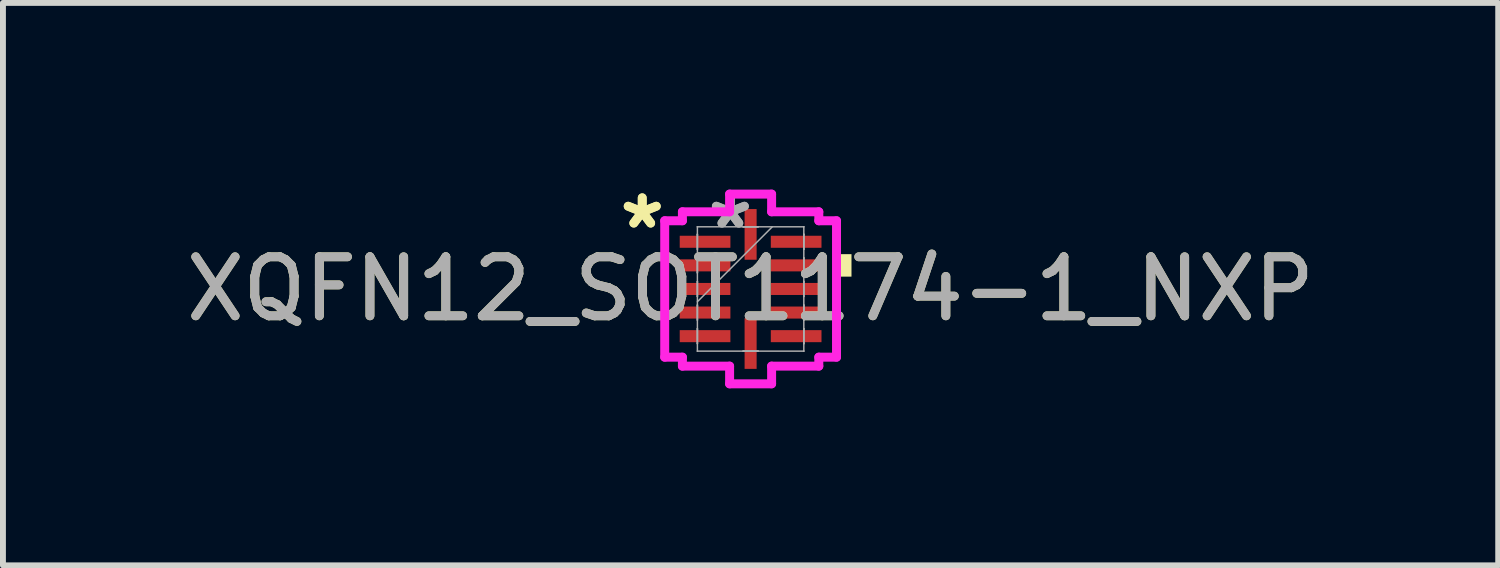
<source format=kicad_pcb>
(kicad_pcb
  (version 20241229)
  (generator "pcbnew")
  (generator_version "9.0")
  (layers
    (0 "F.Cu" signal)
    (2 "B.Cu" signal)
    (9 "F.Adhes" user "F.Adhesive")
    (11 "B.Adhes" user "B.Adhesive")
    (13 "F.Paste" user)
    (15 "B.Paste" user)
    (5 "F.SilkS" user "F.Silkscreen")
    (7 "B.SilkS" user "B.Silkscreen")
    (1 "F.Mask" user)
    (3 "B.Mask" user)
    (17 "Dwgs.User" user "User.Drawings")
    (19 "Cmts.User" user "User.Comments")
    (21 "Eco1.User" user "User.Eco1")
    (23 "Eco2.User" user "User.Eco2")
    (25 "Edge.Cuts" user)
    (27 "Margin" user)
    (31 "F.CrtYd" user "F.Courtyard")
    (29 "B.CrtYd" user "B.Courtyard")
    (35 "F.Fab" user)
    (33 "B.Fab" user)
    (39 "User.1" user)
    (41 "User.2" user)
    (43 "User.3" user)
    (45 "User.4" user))
  (footprint "XQFN12_SOT1174-1_NXP"
    (layer "F.Cu")
    (at 9.673 1.848)
    (property "Reference" "XQFN12_SOT1174-1_NXP" (at 0 0 0) (unlocked yes) (layer "F.SilkS") (effects (font (size 1 1) (thickness 0.15))))
    (attr smd)
    (fp_poly (pts (xy 1.71 -0.59) (xy 1.71 -0.209) (xy 1.456 -0.209) (xy 1.456 -0.59)) (stroke (width 0) (type solid)) (fill yes) (layer "F.SilkS"))
    (fp_line (start -1.456 -1.156) (end -1.156 -1.156) (stroke (width 0.152) (type solid)) (layer "F.CrtYd"))
    (fp_line (start -1.456 1.156) (end -1.456 -1.156) (stroke (width 0.152) (type solid)) (layer "F.CrtYd"))
    (fp_line (start -1.156 -1.308) (end -0.356 -1.308) (stroke (width 0.152) (type solid)) (layer "F.CrtYd"))
    (fp_line (start -1.156 -1.156) (end -1.156 -1.308) (stroke (width 0.152) (type solid)) (layer "F.CrtYd"))
    (fp_line (start -1.156 1.156) (end -1.456 1.156) (stroke (width 0.152) (type solid)) (layer "F.CrtYd"))
    (fp_line (start -1.156 1.308) (end -1.156 1.156) (stroke (width 0.152) (type solid)) (layer "F.CrtYd"))
    (fp_line (start -0.356 -1.608) (end 0.356 -1.608) (stroke (width 0.152) (type solid)) (layer "F.CrtYd"))
    (fp_line (start -0.356 -1.308) (end -0.356 -1.608) (stroke (width 0.152) (type solid)) (layer "F.CrtYd"))
    (fp_line (start -0.356 1.308) (end -1.156 1.308) (stroke (width 0.152) (type solid)) (layer "F.CrtYd"))
    (fp_line (start -0.356 1.608) (end -0.356 1.308) (stroke (width 0.152) (type solid)) (layer "F.CrtYd"))
    (fp_line (start 0.356 -1.608) (end 0.356 -1.308) (stroke (width 0.152) (type solid)) (layer "F.CrtYd"))
    (fp_line (start 0.356 -1.308) (end 1.156 -1.308) (stroke (width 0.152) (type solid)) (layer "F.CrtYd"))
    (fp_line (start 0.356 1.308) (end 0.356 1.608) (stroke (width 0.152) (type solid)) (layer "F.CrtYd"))
    (fp_line (start 0.356 1.608) (end -0.356 1.608) (stroke (width 0.152) (type solid)) (layer "F.CrtYd"))
    (fp_line (start 1.156 -1.308) (end 1.156 -1.156) (stroke (width 0.152) (type solid)) (layer "F.CrtYd"))
    (fp_line (start 1.156 -1.156) (end 1.456 -1.156) (stroke (width 0.152) (type solid)) (layer "F.CrtYd"))
    (fp_line (start 1.156 1.156) (end 1.156 1.308) (stroke (width 0.152) (type solid)) (layer "F.CrtYd"))
    (fp_line (start 1.156 1.308) (end 0.356 1.308) (stroke (width 0.152) (type solid)) (layer "F.CrtYd"))
    (fp_line (start 1.456 -1.156) (end 1.456 1.156) (stroke (width 0.152) (type solid)) (layer "F.CrtYd"))
    (fp_line (start 1.456 1.156) (end 1.156 1.156) (stroke (width 0.152) (type solid)) (layer "F.CrtYd"))
    (fp_line (start -0.902 -1.054) (end -0.902 -1.054) (stroke (width 0.025) (type solid)) (layer "F.Fab"))
    (fp_line (start -0.902 -1.054) (end -0.902 1.054) (stroke (width 0.025) (type solid)) (layer "F.Fab"))
    (fp_line (start -0.902 -0.927) (end -0.902 -0.927) (stroke (width 0.025) (type solid)) (layer "F.Fab"))
    (fp_line (start -0.902 -0.927) (end -0.902 -0.673) (stroke (width 0.025) (type solid)) (layer "F.Fab"))
    (fp_line (start -0.902 -0.673) (end -0.902 -0.927) (stroke (width 0.025) (type solid)) (layer "F.Fab"))
    (fp_line (start -0.902 -0.673) (end -0.902 -0.673) (stroke (width 0.025) (type solid)) (layer "F.Fab"))
    (fp_line (start -0.902 -0.527) (end -0.902 -0.527) (stroke (width 0.025) (type solid)) (layer "F.Fab"))
    (fp_line (start -0.902 -0.527) (end -0.902 -0.273) (stroke (width 0.025) (type solid)) (layer "F.Fab"))
    (fp_line (start -0.902 -0.273) (end -0.902 -0.527) (stroke (width 0.025) (type solid)) (layer "F.Fab"))
    (fp_line (start -0.902 -0.273) (end -0.902 -0.273) (stroke (width 0.025) (type solid)) (layer "F.Fab"))
    (fp_line (start -0.902 -0.127) (end -0.902 -0.127) (stroke (width 0.025) (type solid)) (layer "F.Fab"))
    (fp_line (start -0.902 -0.127) (end -0.902 0.127) (stroke (width 0.025) (type solid)) (layer "F.Fab"))
    (fp_line (start -0.902 0.127) (end -0.902 -0.127) (stroke (width 0.025) (type solid)) (layer "F.Fab"))
    (fp_line (start -0.902 0.127) (end -0.902 0.127) (stroke (width 0.025) (type solid)) (layer "F.Fab"))
    (fp_line (start -0.902 0.216) (end 0.368 -1.054) (stroke (width 0.025) (type solid)) (layer "F.Fab"))
    (fp_line (start -0.902 0.273) (end -0.902 0.273) (stroke (width 0.025) (type solid)) (layer "F.Fab"))
    (fp_line (start -0.902 0.273) (end -0.902 0.527) (stroke (width 0.025) (type solid)) (layer "F.Fab"))
    (fp_line (start -0.902 0.527) (end -0.902 0.273) (stroke (width 0.025) (type solid)) (layer "F.Fab"))
    (fp_line (start -0.902 0.527) (end -0.902 0.527) (stroke (width 0.025) (type solid)) (layer "F.Fab"))
    (fp_line (start -0.902 0.673) (end -0.902 0.673) (stroke (width 0.025) (type solid)) (layer "F.Fab"))
    (fp_line (start -0.902 0.673) (end -0.902 0.927) (stroke (width 0.025) (type solid)) (layer "F.Fab"))
    (fp_line (start -0.902 0.927) (end -0.902 0.673) (stroke (width 0.025) (type solid)) (layer "F.Fab"))
    (fp_line (start -0.902 0.927) (end -0.902 0.927) (stroke (width 0.025) (type solid)) (layer "F.Fab"))
    (fp_line (start -0.902 1.054) (end -0.902 1.054) (stroke (width 0.025) (type solid)) (layer "F.Fab"))
    (fp_line (start -0.902 1.054) (end 0.902 1.054) (stroke (width 0.025) (type solid)) (layer "F.Fab"))
    (fp_line (start -0.127 -1.054) (end -0.127 -1.054) (stroke (width 0.025) (type solid)) (layer "F.Fab"))
    (fp_line (start -0.127 -1.054) (end 0.127 -1.054) (stroke (width 0.025) (type solid)) (layer "F.Fab"))
    (fp_line (start -0.127 1.054) (end -0.127 1.054) (stroke (width 0.025) (type solid)) (layer "F.Fab"))
    (fp_line (start -0.127 1.054) (end 0.127 1.054) (stroke (width 0.025) (type solid)) (layer "F.Fab"))
    (fp_line (start 0.127 -1.054) (end -0.127 -1.054) (stroke (width 0.025) (type solid)) (layer "F.Fab"))
    (fp_line (start 0.127 -1.054) (end 0.127 -1.054) (stroke (width 0.025) (type solid)) (layer "F.Fab"))
    (fp_line (start 0.127 1.054) (end -0.127 1.054) (stroke (width 0.025) (type solid)) (layer "F.Fab"))
    (fp_line (start 0.127 1.054) (end 0.127 1.054) (stroke (width 0.025) (type solid)) (layer "F.Fab"))
    (fp_line (start 0.902 -1.054) (end -0.902 -1.054) (stroke (width 0.025) (type solid)) (layer "F.Fab"))
    (fp_line (start 0.902 -1.054) (end 0.902 -1.054) (stroke (width 0.025) (type solid)) (layer "F.Fab"))
    (fp_line (start 0.902 -0.927) (end 0.902 -0.927) (stroke (width 0.025) (type solid)) (layer "F.Fab"))
    (fp_line (start 0.902 -0.927) (end 0.902 -0.673) (stroke (width 0.025) (type solid)) (layer "F.Fab"))
    (fp_line (start 0.902 -0.673) (end 0.902 -0.927) (stroke (width 0.025) (type solid)) (layer "F.Fab"))
    (fp_line (start 0.902 -0.673) (end 0.902 -0.673) (stroke (width 0.025) (type solid)) (layer "F.Fab"))
    (fp_line (start 0.902 -0.527) (end 0.902 -0.527) (stroke (width 0.025) (type solid)) (layer "F.Fab"))
    (fp_line (start 0.902 -0.527) (end 0.902 -0.273) (stroke (width 0.025) (type solid)) (layer "F.Fab"))
    (fp_line (start 0.902 -0.273) (end 0.902 -0.527) (stroke (width 0.025) (type solid)) (layer "F.Fab"))
    (fp_line (start 0.902 -0.273) (end 0.902 -0.273) (stroke (width 0.025) (type solid)) (layer "F.Fab"))
    (fp_line (start 0.902 -0.127) (end 0.902 -0.127) (stroke (width 0.025) (type solid)) (layer "F.Fab"))
    (fp_line (start 0.902 -0.127) (end 0.902 0.127) (stroke (width 0.025) (type solid)) (layer "F.Fab"))
    (fp_line (start 0.902 0.127) (end 0.902 -0.127) (stroke (width 0.025) (type solid)) (layer "F.Fab"))
    (fp_line (start 0.902 0.127) (end 0.902 0.127) (stroke (width 0.025) (type solid)) (layer "F.Fab"))
    (fp_line (start 0.902 0.273) (end 0.902 0.273) (stroke (width 0.025) (type solid)) (layer "F.Fab"))
    (fp_line (start 0.902 0.273) (end 0.902 0.527) (stroke (width 0.025) (type solid)) (layer "F.Fab"))
    (fp_line (start 0.902 0.527) (end 0.902 0.273) (stroke (width 0.025) (type solid)) (layer "F.Fab"))
    (fp_line (start 0.902 0.527) (end 0.902 0.527) (stroke (width 0.025) (type solid)) (layer "F.Fab"))
    (fp_line (start 0.902 0.673) (end 0.902 0.673) (stroke (width 0.025) (type solid)) (layer "F.Fab"))
    (fp_line (start 0.902 0.673) (end 0.902 0.927) (stroke (width 0.025) (type solid)) (layer "F.Fab"))
    (fp_line (start 0.902 0.927) (end 0.902 0.673) (stroke (width 0.025) (type solid)) (layer "F.Fab"))
    (fp_line (start 0.902 0.927) (end 0.902 0.927) (stroke (width 0.025) (type solid)) (layer "F.Fab"))
    (fp_line (start 0.902 1.054) (end 0.902 -1.054) (stroke (width 0.025) (type solid)) (layer "F.Fab"))
    (fp_line (start 0.902 1.054) (end 0.902 1.054) (stroke (width 0.025) (type solid)) (layer "F.Fab"))
    (fp_text user "*" (at -1.837 -1 0) (unlocked yes) (layer "F.SilkS") (effects (font (size 1 1) (thickness 0.15))))
    (fp_text user "*" (at -1.837 -1 0) (layer "F.SilkS") (effects (font (size 1 1) (thickness 0.15))))
    (fp_text user "*" (at -0.343 -1 0) (layer "F.Fab") (effects (font (size 1 1) (thickness 0.15))))
    (fp_text user "*" (at -0.343 -1 0) (unlocked yes) (layer "F.Fab") (effects (font (size 1 1) (thickness 0.15))))
    (fp_text user "${REFERENCE}" (at 0 0 0) (unlocked yes) (layer "F.Fab") (effects (font (size 1 1) (thickness 0.15))))
    (pad "1" smd rect (at -0.772 -0.8 90) (size 0.204 0.859) (layers "F.Cu" "F.Mask" "F.Paste"))
    (pad "2" smd rect (at -0.772 -0.4 90) (size 0.204 0.859) (layers "F.Cu" "F.Mask" "F.Paste"))
    (pad "3" smd rect (at -0.772 0 90) (size 0.204 0.859) (layers "F.Cu" "F.Mask" "F.Paste"))
    (pad "4" smd rect (at -0.772 0.4 90) (size 0.204 0.859) (layers "F.Cu" "F.Mask" "F.Paste"))
    (pad "5" smd rect (at -0.772 0.8 90) (size 0.204 0.859) (layers "F.Cu" "F.Mask" "F.Paste"))
    (pad "6" smd rect (at 0 0.925) (size 0.204 0.859) (layers "F.Cu" "F.Mask" "F.Paste"))
    (pad "7" smd rect (at 0.772 0.8 90) (size 0.204 0.859) (layers "F.Cu" "F.Mask" "F.Paste"))
    (pad "8" smd rect (at 0.772 0.4 90) (size 0.204 0.859) (layers "F.Cu" "F.Mask" "F.Paste"))
    (pad "9" smd rect (at 0.772 0 90) (size 0.204 0.859) (layers "F.Cu" "F.Mask" "F.Paste"))
    (pad "10" smd rect (at 0.772 -0.4 90) (size 0.204 0.859) (layers "F.Cu" "F.Mask" "F.Paste"))
    (pad "11" smd rect (at 0.772 -0.8 90) (size 0.204 0.859) (layers "F.Cu" "F.Mask" "F.Paste"))
    (pad "12" smd rect (at 0 -0.925) (size 0.204 0.859) (layers "F.Cu" "F.Mask" "F.Paste")))
  (gr_rect
    (start -3 -3)
    (end 22.345 6.533)
    (stroke (width 0.1) (type default))
    (fill no)
    (layer "Edge.Cuts")))
</source>
